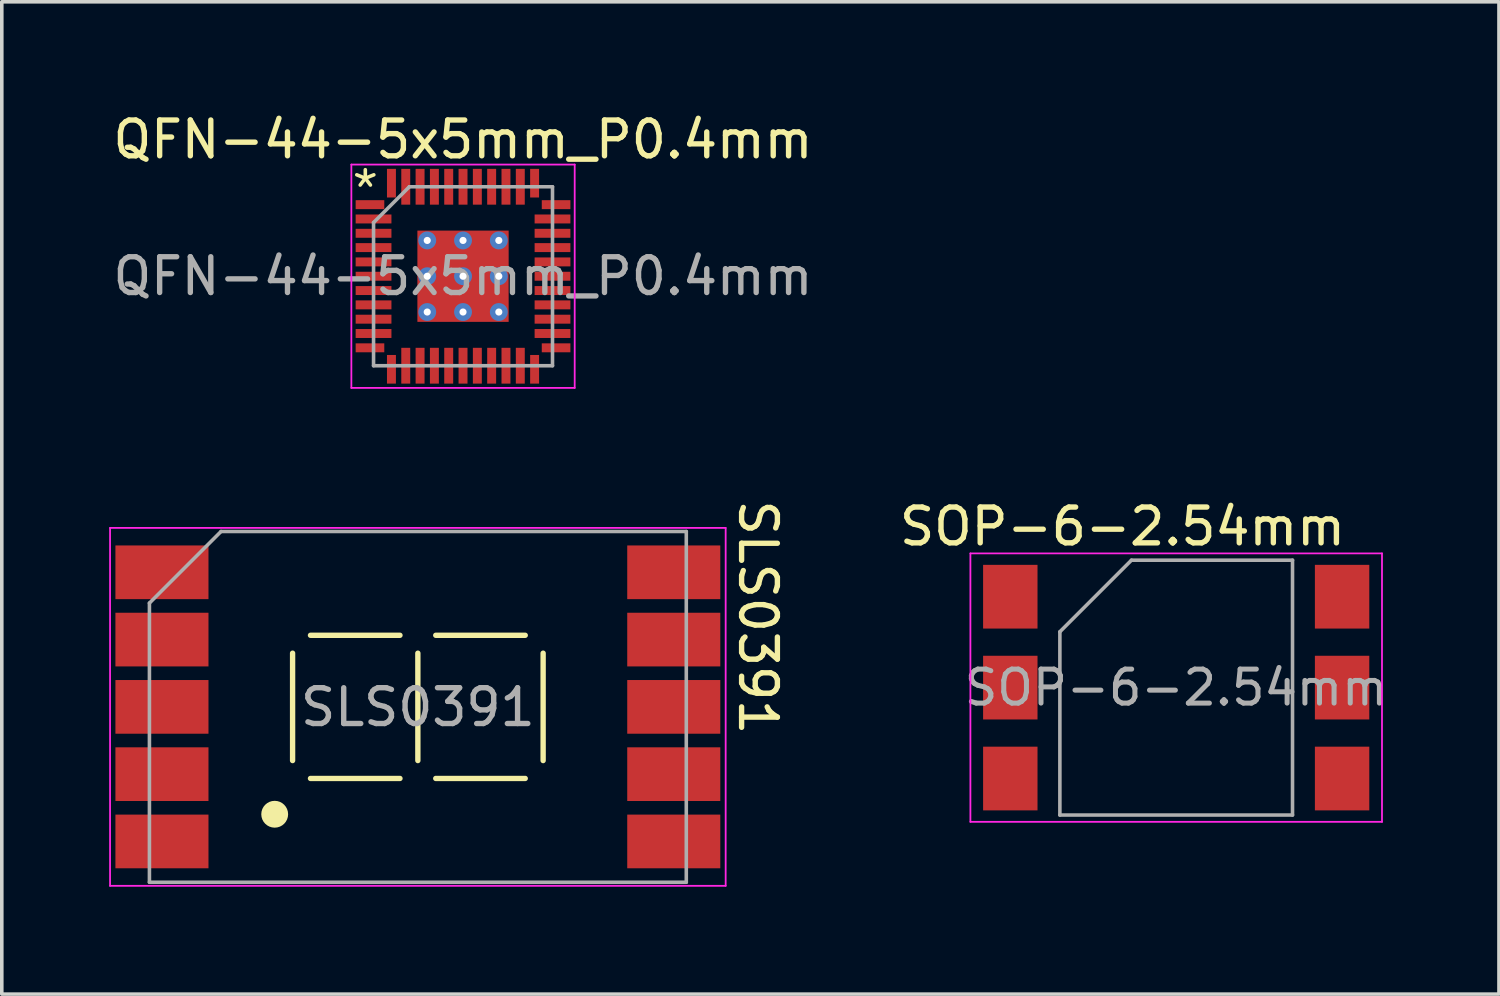
<source format=kicad_pcb>
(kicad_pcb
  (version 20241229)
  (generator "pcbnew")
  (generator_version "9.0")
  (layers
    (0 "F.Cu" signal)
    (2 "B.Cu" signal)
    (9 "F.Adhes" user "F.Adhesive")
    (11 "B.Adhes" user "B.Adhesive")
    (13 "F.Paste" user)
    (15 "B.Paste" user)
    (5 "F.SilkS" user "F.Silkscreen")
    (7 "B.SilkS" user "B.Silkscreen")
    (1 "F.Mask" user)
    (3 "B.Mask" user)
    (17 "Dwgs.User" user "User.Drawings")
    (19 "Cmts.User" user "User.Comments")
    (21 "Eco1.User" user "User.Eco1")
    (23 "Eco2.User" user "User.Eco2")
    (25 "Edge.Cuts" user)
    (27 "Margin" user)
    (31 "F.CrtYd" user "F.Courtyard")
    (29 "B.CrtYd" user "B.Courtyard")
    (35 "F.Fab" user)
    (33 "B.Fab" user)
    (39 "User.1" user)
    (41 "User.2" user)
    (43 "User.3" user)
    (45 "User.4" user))
  (footprint "SLS0391"
    (layer "F.Cu")
    (at 8.625 16.7)
    (property "Reference" "SLS0391" (at 9.5 -2.5 270) (unlocked yes) (layer "F.SilkS") (effects (font (size 1 1) (thickness 0.15))))
    (attr smd)
    (fp_line (start -3.5 -1.5) (end -3.5 1.5) (stroke (width 0.15) (type solid)) (layer "F.SilkS"))
    (fp_line (start -3 -2) (end -0.5 -2) (stroke (width 0.15) (type solid)) (layer "F.SilkS"))
    (fp_line (start -3 2) (end -0.5 2) (stroke (width 0.15) (type solid)) (layer "F.SilkS"))
    (fp_line (start 0 -1.5) (end 0 1.5) (stroke (width 0.15) (type solid)) (layer "F.SilkS"))
    (fp_line (start 0.5 -2) (end 3 -2) (stroke (width 0.15) (type solid)) (layer "F.SilkS"))
    (fp_line (start 0.5 2) (end 3 2) (stroke (width 0.15) (type solid)) (layer "F.SilkS"))
    (fp_line (start 3.5 -1.5) (end 3.5 1.5) (stroke (width 0.15) (type solid)) (layer "F.SilkS"))
    (fp_circle (center -4 3) (end -3.7 3) (stroke (width 0.15) (type solid)) (fill yes) (layer "F.SilkS"))
    (fp_line (start -8.6 -5) (end -8.6 5) (stroke (width 0.05) (type solid)) (layer "F.CrtYd"))
    (fp_line (start -8.6 -5) (end 8.6 -5) (stroke (width 0.05) (type solid)) (layer "F.CrtYd"))
    (fp_line (start 8.6 -5) (end 8.6 5) (stroke (width 0.05) (type solid)) (layer "F.CrtYd"))
    (fp_line (start 8.6 5) (end -8.6 5) (stroke (width 0.05) (type solid)) (layer "F.CrtYd"))
    (fp_line (start -7.5 -2.9) (end -5.5 -4.9) (stroke (width 0.1) (type solid)) (layer "F.Fab"))
    (fp_line (start -7.5 4.9) (end -7.5 -2.9) (stroke (width 0.1) (type solid)) (layer "F.Fab"))
    (fp_line (start -5.5 -4.9) (end 7.5 -4.9) (stroke (width 0.1) (type solid)) (layer "F.Fab"))
    (fp_line (start 7.5 -4.9) (end 7.5 4.9) (stroke (width 0.1) (type solid)) (layer "F.Fab"))
    (fp_line (start 7.5 4.9) (end -7.5 4.9) (stroke (width 0.1) (type solid)) (layer "F.Fab"))
    (fp_text user "${REFERENCE}" (at 0 0.01 0) (layer "F.Fab") (effects (font (size 1 1) (thickness 0.15))))
    (pad "1" smd rect (at -7.15 -3.76) (size 2.6 1.5) (layers "F.Cu" "F.Mask" "F.Paste"))
    (pad "2" smd rect (at -7.15 -1.88) (size 2.6 1.5) (layers "F.Cu" "F.Mask" "F.Paste"))
    (pad "3" smd rect (at -7.15 0) (size 2.6 1.5) (layers "F.Cu" "F.Mask" "F.Paste"))
    (pad "4" smd rect (at -7.15 1.88) (size 2.6 1.5) (layers "F.Cu" "F.Mask" "F.Paste"))
    (pad "5" smd rect (at -7.15 3.76) (size 2.6 1.5) (layers "F.Cu" "F.Mask" "F.Paste"))
    (pad "6" smd rect (at 7.15 3.76) (size 2.6 1.5) (layers "F.Cu" "F.Mask" "F.Paste"))
    (pad "7" smd rect (at 7.15 1.88) (size 2.6 1.5) (layers "F.Cu" "F.Mask" "F.Paste"))
    (pad "8" smd rect (at 7.15 0) (size 2.6 1.5) (layers "F.Cu" "F.Mask" "F.Paste"))
    (pad "9" smd rect (at 7.15 -1.88) (size 2.6 1.5) (layers "F.Cu" "F.Mask" "F.Paste"))
    (pad "10" smd rect (at 7.15 -3.76) (size 2.6 1.5) (layers "F.Cu" "F.Mask" "F.Paste")))
  (footprint "QFN-44-5x5mm_P0.4mm"
    (layer "F.Cu")
    (at 9.887 4.668)
    (property "Reference" "QFN-44-5x5mm_P0.4mm" (at 0 -3.82 0) (layer "F.SilkS") (effects (font (size 1 1) (thickness 0.15))))
    (attr smd)
    (fp_line (start -3.12 -3.12) (end -3.12 3.12) (stroke (width 0.05) (type solid)) (layer "F.CrtYd"))
    (fp_line (start -3.12 3.12) (end 3.12 3.12) (stroke (width 0.05) (type solid)) (layer "F.CrtYd"))
    (fp_line (start 3.12 -3.12) (end -3.12 -3.12) (stroke (width 0.05) (type solid)) (layer "F.CrtYd"))
    (fp_line (start 3.12 3.12) (end 3.12 -3.12) (stroke (width 0.05) (type solid)) (layer "F.CrtYd"))
    (fp_line (start -2.5 -1.5) (end -1.5 -2.5) (stroke (width 0.1) (type solid)) (layer "F.Fab"))
    (fp_line (start -2.5 2.5) (end -2.5 -1.5) (stroke (width 0.1) (type solid)) (layer "F.Fab"))
    (fp_line (start -1.5 -2.5) (end 2.5 -2.5) (stroke (width 0.1) (type solid)) (layer "F.Fab"))
    (fp_line (start 2.5 -2.5) (end 2.5 2.5) (stroke (width 0.1) (type solid)) (layer "F.Fab"))
    (fp_line (start 2.5 2.5) (end -2.5 2.5) (stroke (width 0.1) (type solid)) (layer "F.Fab"))
    (fp_text user "*" (at -3.177 -1.849 0) (unlocked yes) (layer "F.SilkS") (effects (font (size 1 1) (thickness 0.1)) (justify left bottom)))
    (fp_text user "${REFERENCE}" (at 0 0 0) (layer "F.Fab") (effects (font (size 1 1) (thickness 0.15))))
    (pad "" smd roundrect (at -0.65 -0.65) (size 1.05 1.05) (layers "F.Paste") (roundrect_rratio 0.238))
    (pad "" smd roundrect (at -0.65 0.65) (size 1.05 1.05) (layers "F.Paste") (roundrect_rratio 0.238))
    (pad "" smd roundrect (at 0.65 -0.65) (size 1.05 1.05) (layers "F.Paste") (roundrect_rratio 0.238))
    (pad "" smd roundrect (at 0.65 0.65) (size 1.05 1.05) (layers "F.Paste") (roundrect_rratio 0.238))
    (pad "1" smd rect (at -2.6 -2) (size 0.8 0.25) (layers "F.Cu" "F.Mask" "F.Paste"))
    (pad "2" smd rect (at -2.5 -1.6) (size 1 0.25) (layers "F.Cu" "F.Mask" "F.Paste"))
    (pad "3" smd rect (at -2.5 -1.2) (size 1 0.25) (layers "F.Cu" "F.Mask" "F.Paste"))
    (pad "4" smd rect (at -2.5 -0.8) (size 1 0.25) (layers "F.Cu" "F.Mask" "F.Paste"))
    (pad "5" smd rect (at -2.5 -0.4) (size 1 0.25) (layers "F.Cu" "F.Mask" "F.Paste"))
    (pad "6" smd rect (at -2.5 0) (size 1 0.25) (layers "F.Cu" "F.Mask" "F.Paste"))
    (pad "7" smd rect (at -2.5 0.4) (size 1 0.25) (layers "F.Cu" "F.Mask" "F.Paste"))
    (pad "8" smd rect (at -2.5 0.8) (size 1 0.25) (layers "F.Cu" "F.Mask" "F.Paste"))
    (pad "9" smd rect (at -2.5 1.2) (size 1 0.25) (layers "F.Cu" "F.Mask" "F.Paste"))
    (pad "10" smd rect (at -2.5 1.6) (size 1 0.25) (layers "F.Cu" "F.Mask" "F.Paste"))
    (pad "11" smd rect (at -2.6 2) (size 0.8 0.25) (layers "F.Cu" "F.Mask" "F.Paste"))
    (pad "12" smd rect (at -2 2.6) (size 0.25 0.8) (layers "F.Cu" "F.Mask" "F.Paste"))
    (pad "13" smd rect (at -1.6 2.5) (size 0.25 1) (layers "F.Cu" "F.Mask" "F.Paste"))
    (pad "14" smd rect (at -1.2 2.5) (size 0.25 1) (layers "F.Cu" "F.Mask" "F.Paste"))
    (pad "15" smd rect (at -0.8 2.5) (size 0.25 1) (layers "F.Cu" "F.Mask" "F.Paste"))
    (pad "16" smd rect (at -0.4 2.5) (size 0.25 1) (layers "F.Cu" "F.Mask" "F.Paste"))
    (pad "17" smd rect (at 0 2.5) (size 0.25 1) (layers "F.Cu" "F.Mask" "F.Paste"))
    (pad "18" smd rect (at 0.4 2.5) (size 0.25 1) (layers "F.Cu" "F.Mask" "F.Paste"))
    (pad "19" smd rect (at 0.8 2.5) (size 0.25 1) (layers "F.Cu" "F.Mask" "F.Paste"))
    (pad "20" smd rect (at 1.2 2.5) (size 0.25 1) (layers "F.Cu" "F.Mask" "F.Paste"))
    (pad "21" smd rect (at 1.6 2.5) (size 0.25 1) (layers "F.Cu" "F.Mask" "F.Paste"))
    (pad "22" smd rect (at 2 2.6) (size 0.25 0.8) (layers "F.Cu" "F.Mask" "F.Paste"))
    (pad "23" smd rect (at 2.6 2) (size 0.8 0.25) (layers "F.Cu" "F.Mask" "F.Paste"))
    (pad "24" smd rect (at 2.5 1.6) (size 1 0.25) (layers "F.Cu" "F.Mask" "F.Paste"))
    (pad "25" smd rect (at 2.5 1.2) (size 1 0.25) (layers "F.Cu" "F.Mask" "F.Paste"))
    (pad "26" smd rect (at 2.5 0.8) (size 1 0.25) (layers "F.Cu" "F.Mask" "F.Paste"))
    (pad "27" smd rect (at 2.5 0.4) (size 1 0.25) (layers "F.Cu" "F.Mask" "F.Paste"))
    (pad "28" smd rect (at 2.5 0) (size 1 0.25) (layers "F.Cu" "F.Mask" "F.Paste"))
    (pad "29" smd rect (at 2.5 -0.4) (size 1 0.25) (layers "F.Cu" "F.Mask" "F.Paste"))
    (pad "30" smd rect (at 2.5 -0.8) (size 1 0.25) (layers "F.Cu" "F.Mask" "F.Paste"))
    (pad "31" smd rect (at 2.5 -1.2) (size 1 0.25) (layers "F.Cu" "F.Mask" "F.Paste"))
    (pad "32" smd rect (at 2.5 -1.6) (size 1 0.25) (layers "F.Cu" "F.Mask" "F.Paste"))
    (pad "33" smd rect (at 2.6 -2) (size 0.8 0.25) (layers "F.Cu" "F.Mask" "F.Paste"))
    (pad "34" smd rect (at 2 -2.6) (size 0.25 0.8) (layers "F.Cu" "F.Mask" "F.Paste"))
    (pad "35" smd rect (at 1.6 -2.5) (size 0.25 1) (layers "F.Cu" "F.Mask" "F.Paste"))
    (pad "36" smd rect (at 1.2 -2.5) (size 0.25 1) (layers "F.Cu" "F.Mask" "F.Paste"))
    (pad "37" smd rect (at 0.8 -2.5) (size 0.25 1) (layers "F.Cu" "F.Mask" "F.Paste"))
    (pad "38" smd rect (at 0.4 -2.5) (size 0.25 1) (layers "F.Cu" "F.Mask" "F.Paste"))
    (pad "39" smd rect (at 0 -2.5) (size 0.25 1) (layers "F.Cu" "F.Mask" "F.Paste"))
    (pad "40" smd rect (at -0.4 -2.5) (size 0.25 1) (layers "F.Cu" "F.Mask" "F.Paste"))
    (pad "41" smd rect (at -0.8 -2.5) (size 0.25 1) (layers "F.Cu" "F.Mask" "F.Paste"))
    (pad "42" smd rect (at -1.2 -2.5) (size 0.25 1) (layers "F.Cu" "F.Mask" "F.Paste"))
    (pad "43" smd rect (at -1.6 -2.5) (size 0.25 1) (layers "F.Cu" "F.Mask" "F.Paste"))
    (pad "44" smd rect (at -2 -2.6) (size 0.25 0.8) (layers "F.Cu" "F.Mask" "F.Paste"))
    (pad "45" thru_hole circle (at -1 -1) (size 0.5 0.5) (drill 0.2) (layers "*.Cu"))
    (pad "45" thru_hole circle (at -1 0) (size 0.5 0.5) (drill 0.2) (layers "*.Cu"))
    (pad "45" thru_hole circle (at -1 1) (size 0.5 0.5) (drill 0.2) (layers "*.Cu"))
    (pad "45" thru_hole circle (at 0 -1) (size 0.5 0.5) (drill 0.2) (layers "*.Cu"))
    (pad "45" thru_hole circle (at 0 0) (size 0.5 0.5) (drill 0.2) (layers "*.Cu"))
    (pad "45" smd rect (at 0 0) (size 2.55 2.55) (layers "F.Cu" "F.Mask"))
    (pad "45" thru_hole circle (at 0 1) (size 0.5 0.5) (drill 0.2) (layers "*.Cu"))
    (pad "45" thru_hole circle (at 1 -1) (size 0.5 0.5) (drill 0.2) (layers "*.Cu"))
    (pad "45" thru_hole circle (at 1 0) (size 0.5 0.5) (drill 0.2) (layers "*.Cu"))
    (pad "45" thru_hole circle (at 1 1) (size 0.5 0.5) (drill 0.2) (layers "*.Cu")))
  (footprint "SOP-6-2.54mm"
    (layer "F.Cu")
    (at 29.813 16.162)
    (property "Reference" "SOP-6-2.54mm" (at -1.5 -4.5 0) (layer "F.SilkS") (effects (font (size 1 1) (thickness 0.15))))
    (attr smd)
    (fp_line (start -5.75 -3.75) (end -5.75 3.75) (stroke (width 0.05) (type solid)) (layer "F.CrtYd"))
    (fp_line (start -5.75 3.75) (end 5.75 3.75) (stroke (width 0.05) (type solid)) (layer "F.CrtYd"))
    (fp_line (start 5.75 -3.75) (end -5.75 -3.75) (stroke (width 0.05) (type solid)) (layer "F.CrtYd"))
    (fp_line (start 5.75 3.75) (end 5.75 -3.75) (stroke (width 0.05) (type solid)) (layer "F.CrtYd"))
    (fp_line (start -3.25 -1.56) (end -1.25 -3.56) (stroke (width 0.1) (type solid)) (layer "F.Fab"))
    (fp_line (start -3.25 3.56) (end -3.25 -1.56) (stroke (width 0.1) (type solid)) (layer "F.Fab"))
    (fp_line (start -1.25 -3.56) (end 3.25 -3.56) (stroke (width 0.1) (type solid)) (layer "F.Fab"))
    (fp_line (start 3.25 -3.56) (end 3.25 3.56) (stroke (width 0.1) (type solid)) (layer "F.Fab"))
    (fp_line (start 3.25 3.56) (end -3.25 3.56) (stroke (width 0.1) (type solid)) (layer "F.Fab"))
    (fp_text user "${REFERENCE}" (at 0 0 0) (layer "F.Fab") (effects (font (size 0.95 0.95) (thickness 0.14))))
    (pad "1" smd rect (at -4.635 -2.54) (size 1.52 1.78) (layers "F.Cu" "F.Mask" "F.Paste"))
    (pad "2" smd rect (at -4.635 0) (size 1.52 1.78) (layers "F.Cu" "F.Mask" "F.Paste"))
    (pad "3" smd rect (at -4.635 2.54) (size 1.52 1.78) (layers "F.Cu" "F.Mask" "F.Paste"))
    (pad "4" smd rect (at 4.635 2.54) (size 1.52 1.78) (layers "F.Cu" "F.Mask" "F.Paste"))
    (pad "5" smd rect (at 4.635 0) (size 1.52 1.78) (layers "F.Cu" "F.Mask" "F.Paste"))
    (pad "6" smd rect (at 4.635 -2.54) (size 1.52 1.78) (layers "F.Cu" "F.Mask" "F.Paste")))
  (gr_rect
    (start -3 -3)
    (end 38.831 24.725)
    (stroke (width 0.1) (type default))
    (fill no)
    (layer "Edge.Cuts")))
</source>
